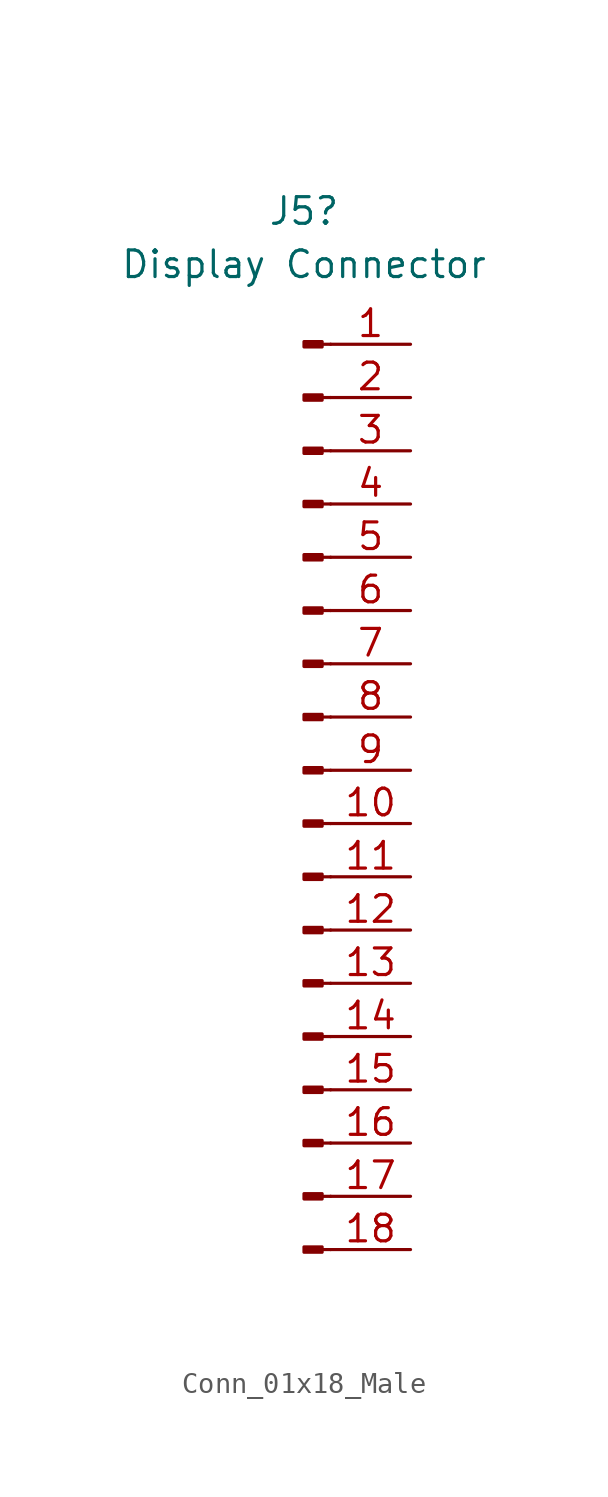
<source format=kicad_sym>
(kicad_symbol_lib
  (version 20211014)
  (generator kicad_symbol_editor)
  (symbol "Conn_01x18_Male"
    (pin_names
      (offset 1.016) hide)
    (property "Reference" "J5"
      (at 0 26.67 0)
      (effects (font (size 1.27 1.27))))
    (property "Value" "Display Connector"
      (at 0 24.13 0)
      (effects (font (size 1.27 1.27))))
    (symbol "Conn_01x18_Male_1_1"
      (polyline (pts (xy 1.27 -22.86) (xy 0.864 -22.86)) (stroke (width 0.152) (type default) (color 0 0 0 0)) (fill (type none)))
      (polyline (pts (xy 1.27 -20.32) (xy 0.864 -20.32)) (stroke (width 0.152) (type default) (color 0 0 0 0)) (fill (type none)))
      (polyline (pts (xy 1.27 -17.78) (xy 0.864 -17.78)) (stroke (width 0.152) (type default) (color 0 0 0 0)) (fill (type none)))
      (polyline (pts (xy 1.27 -15.24) (xy 0.864 -15.24)) (stroke (width 0.152) (type default) (color 0 0 0 0)) (fill (type none)))
      (polyline (pts (xy 1.27 -12.7) (xy 0.864 -12.7)) (stroke (width 0.152) (type default) (color 0 0 0 0)) (fill (type none)))
      (polyline (pts (xy 1.27 -10.16) (xy 0.864 -10.16)) (stroke (width 0.152) (type default) (color 0 0 0 0)) (fill (type none)))
      (polyline (pts (xy 1.27 -7.62) (xy 0.864 -7.62)) (stroke (width 0.152) (type default) (color 0 0 0 0)) (fill (type none)))
      (polyline (pts (xy 1.27 -5.08) (xy 0.864 -5.08)) (stroke (width 0.152) (type default) (color 0 0 0 0)) (fill (type none)))
      (polyline (pts (xy 1.27 -2.54) (xy 0.864 -2.54)) (stroke (width 0.152) (type default) (color 0 0 0 0)) (fill (type none)))
      (polyline (pts (xy 1.27 0) (xy 0.864 0)) (stroke (width 0.152) (type default) (color 0 0 0 0)) (fill (type none)))
      (polyline (pts (xy 1.27 2.54) (xy 0.864 2.54)) (stroke (width 0.152) (type default) (color 0 0 0 0)) (fill (type none)))
      (polyline (pts (xy 1.27 5.08) (xy 0.864 5.08)) (stroke (width 0.152) (type default) (color 0 0 0 0)) (fill (type none)))
      (polyline (pts (xy 1.27 7.62) (xy 0.864 7.62)) (stroke (width 0.152) (type default) (color 0 0 0 0)) (fill (type none)))
      (polyline (pts (xy 1.27 10.16) (xy 0.864 10.16)) (stroke (width 0.152) (type default) (color 0 0 0 0)) (fill (type none)))
      (polyline (pts (xy 1.27 12.7) (xy 0.864 12.7)) (stroke (width 0.152) (type default) (color 0 0 0 0)) (fill (type none)))
      (polyline (pts (xy 1.27 15.24) (xy 0.864 15.24)) (stroke (width 0.152) (type default) (color 0 0 0 0)) (fill (type none)))
      (polyline (pts (xy 1.27 17.78) (xy 0.864 17.78)) (stroke (width 0.152) (type default) (color 0 0 0 0)) (fill (type none)))
      (polyline (pts (xy 1.27 20.32) (xy 0.864 20.32)) (stroke (width 0.152) (type default) (color 0 0 0 0)) (fill (type none)))
      (rectangle (start 0.864 -22.733) (end 0 -22.987) (stroke (width 0.152) (type default) (color 0 0 0 0)) (fill (type outline)))
      (rectangle (start 0.864 -20.193) (end 0 -20.447) (stroke (width 0.152) (type default) (color 0 0 0 0)) (fill (type outline)))
      (rectangle (start 0.864 -17.653) (end 0 -17.907) (stroke (width 0.152) (type default) (color 0 0 0 0)) (fill (type outline)))
      (rectangle (start 0.864 -15.113) (end 0 -15.367) (stroke (width 0.152) (type default) (color 0 0 0 0)) (fill (type outline)))
      (rectangle (start 0.864 -12.573) (end 0 -12.827) (stroke (width 0.152) (type default) (color 0 0 0 0)) (fill (type outline)))
      (rectangle (start 0.864 -10.033) (end 0 -10.287) (stroke (width 0.152) (type default) (color 0 0 0 0)) (fill (type outline)))
      (rectangle (start 0.864 -7.493) (end 0 -7.747) (stroke (width 0.152) (type default) (color 0 0 0 0)) (fill (type outline)))
      (rectangle (start 0.864 -4.953) (end 0 -5.207) (stroke (width 0.152) (type default) (color 0 0 0 0)) (fill (type outline)))
      (rectangle (start 0.864 -2.413) (end 0 -2.667) (stroke (width 0.152) (type default) (color 0 0 0 0)) (fill (type outline)))
      (rectangle (start 0.864 0.127) (end 0 -0.127) (stroke (width 0.152) (type default) (color 0 0 0 0)) (fill (type outline)))
      (rectangle (start 0.864 2.667) (end 0 2.413) (stroke (width 0.152) (type default) (color 0 0 0 0)) (fill (type outline)))
      (rectangle (start 0.864 5.207) (end 0 4.953) (stroke (width 0.152) (type default) (color 0 0 0 0)) (fill (type outline)))
      (rectangle (start 0.864 7.747) (end 0 7.493) (stroke (width 0.152) (type default) (color 0 0 0 0)) (fill (type outline)))
      (rectangle (start 0.864 10.287) (end 0 10.033) (stroke (width 0.152) (type default) (color 0 0 0 0)) (fill (type outline)))
      (rectangle (start 0.864 12.827) (end 0 12.573) (stroke (width 0.152) (type default) (color 0 0 0 0)) (fill (type outline)))
      (rectangle (start 0.864 15.367) (end 0 15.113) (stroke (width 0.152) (type default) (color 0 0 0 0)) (fill (type outline)))
      (rectangle (start 0.864 17.907) (end 0 17.653) (stroke (width 0.152) (type default) (color 0 0 0 0)) (fill (type outline)))
      (rectangle (start 0.864 20.447) (end 0 20.193) (stroke (width 0.152) (type default) (color 0 0 0 0)) (fill (type outline)))
      (pin passive line (at 5.08 20.32 180) (length 3.81) (name "Pin_1" (effects (font (size 1.27 1.27)))) (number "1" (effects (font (size 1.27 1.27)))))
      (pin passive line (at 5.08 -2.54 180) (length 3.81) (name "Pin_10" (effects (font (size 1.27 1.27)))) (number "10" (effects (font (size 1.27 1.27)))))
      (pin passive line (at 5.08 -5.08 180) (length 3.81) (name "Pin_11" (effects (font (size 1.27 1.27)))) (number "11" (effects (font (size 1.27 1.27)))))
      (pin passive line (at 5.08 -7.62 180) (length 3.81) (name "Pin_12" (effects (font (size 1.27 1.27)))) (number "12" (effects (font (size 1.27 1.27)))))
      (pin passive line (at 5.08 -10.16 180) (length 3.81) (name "Pin_13" (effects (font (size 1.27 1.27)))) (number "13" (effects (font (size 1.27 1.27)))))
      (pin passive line (at 5.08 -12.7 180) (length 3.81) (name "Pin_14" (effects (font (size 1.27 1.27)))) (number "14" (effects (font (size 1.27 1.27)))))
      (pin passive line (at 5.08 -15.24 180) (length 3.81) (name "Pin_15" (effects (font (size 1.27 1.27)))) (number "15" (effects (font (size 1.27 1.27)))))
      (pin passive line (at 5.08 -17.78 180) (length 3.81) (name "Pin_16" (effects (font (size 1.27 1.27)))) (number "16" (effects (font (size 1.27 1.27)))))
      (pin passive line (at 5.08 -20.32 180) (length 3.81) (name "Pin_17" (effects (font (size 1.27 1.27)))) (number "17" (effects (font (size 1.27 1.27)))))
      (pin passive line (at 5.08 -22.86 180) (length 3.81) (name "Pin_18" (effects (font (size 1.27 1.27)))) (number "18" (effects (font (size 1.27 1.27)))))
      (pin passive line (at 5.08 17.78 180) (length 3.81) (name "Pin_2" (effects (font (size 1.27 1.27)))) (number "2" (effects (font (size 1.27 1.27)))))
      (pin passive line (at 5.08 15.24 180) (length 3.81) (name "Pin_3" (effects (font (size 1.27 1.27)))) (number "3" (effects (font (size 1.27 1.27)))))
      (pin passive line (at 5.08 12.7 180) (length 3.81) (name "Pin_4" (effects (font (size 1.27 1.27)))) (number "4" (effects (font (size 1.27 1.27)))))
      (pin passive line (at 5.08 10.16 180) (length 3.81) (name "Pin_5" (effects (font (size 1.27 1.27)))) (number "5" (effects (font (size 1.27 1.27)))))
      (pin passive line (at 5.08 7.62 180) (length 3.81) (name "Pin_6" (effects (font (size 1.27 1.27)))) (number "6" (effects (font (size 1.27 1.27)))))
      (pin passive line (at 5.08 5.08 180) (length 3.81) (name "Pin_7" (effects (font (size 1.27 1.27)))) (number "7" (effects (font (size 1.27 1.27)))))
      (pin passive line (at 5.08 2.54 180) (length 3.81) (name "Pin_8" (effects (font (size 1.27 1.27)))) (number "8" (effects (font (size 1.27 1.27)))))
      (pin passive line (at 5.08 0 180) (length 3.81) (name "Pin_9" (effects (font (size 1.27 1.27)))) (number "9" (effects (font (size 1.27 1.27))))))))
</source>
